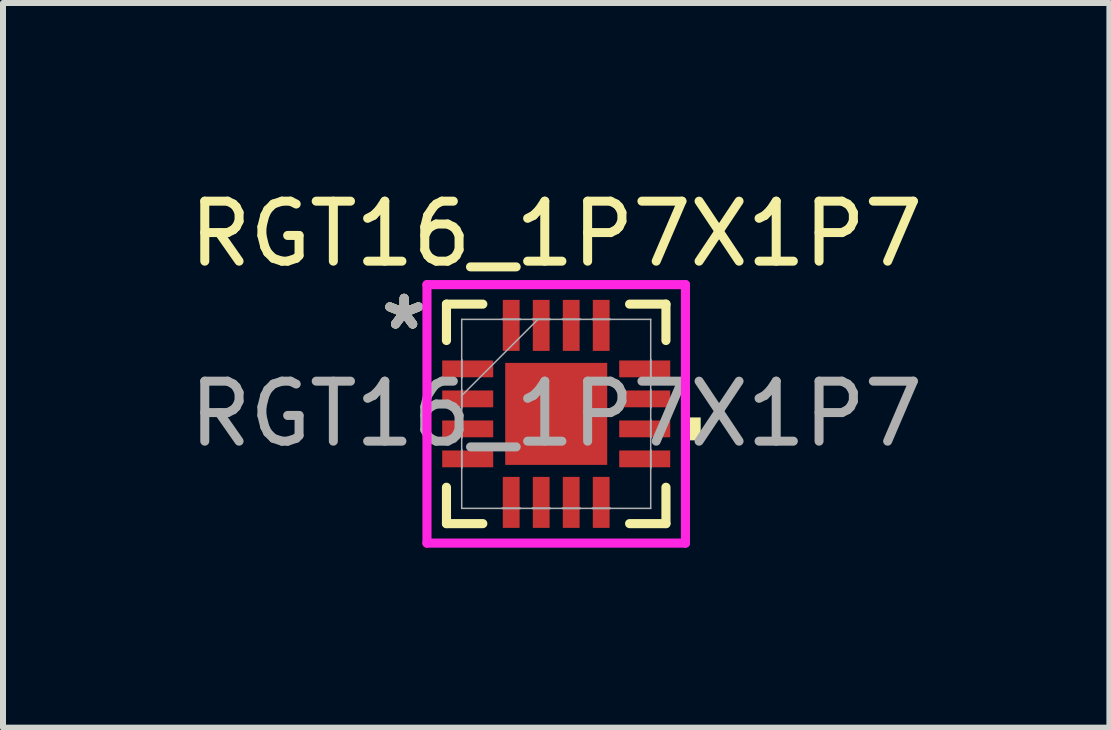
<source format=kicad_pcb>
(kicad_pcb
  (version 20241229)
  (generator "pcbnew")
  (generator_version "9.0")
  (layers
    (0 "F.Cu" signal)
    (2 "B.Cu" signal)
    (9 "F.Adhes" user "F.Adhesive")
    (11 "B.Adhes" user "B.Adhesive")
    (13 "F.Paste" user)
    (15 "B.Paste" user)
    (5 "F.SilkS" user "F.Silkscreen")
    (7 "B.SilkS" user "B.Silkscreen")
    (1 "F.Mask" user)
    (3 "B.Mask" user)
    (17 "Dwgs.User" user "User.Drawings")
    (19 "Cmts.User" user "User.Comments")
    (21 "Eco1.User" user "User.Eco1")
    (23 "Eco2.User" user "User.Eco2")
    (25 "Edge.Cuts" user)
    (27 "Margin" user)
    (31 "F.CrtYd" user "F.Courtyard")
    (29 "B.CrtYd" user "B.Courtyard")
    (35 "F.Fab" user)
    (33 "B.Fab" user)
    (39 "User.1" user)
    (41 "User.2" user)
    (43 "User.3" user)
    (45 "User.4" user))
  (footprint "RGT16_1P7X1P7"
    (layer "F.Cu")
    (at 6.22 3.848)
    (property "Reference" "RGT16_1P7X1P7" (at 0 -3 0) (unlocked yes) (layer "F.SilkS") (effects (font (size 1 1) (thickness 0.15))))
    (attr smd)
    (fp_poly (pts (xy -1.97 -0.96) (xy -1.97 -0.54) (xy -0.98 -0.54) (xy -0.98 -0.96)) (stroke (width 0) (type solid)) (fill yes) (layer "F.Mask"))
    (fp_poly (pts (xy -1.97 -0.46) (xy -1.97 -0.04) (xy -0.98 -0.04) (xy -0.98 -0.46)) (stroke (width 0) (type solid)) (fill yes) (layer "F.Mask"))
    (fp_poly (pts (xy -1.97 0.04) (xy -1.97 0.46) (xy -0.98 0.46) (xy -0.98 0.04)) (stroke (width 0) (type solid)) (fill yes) (layer "F.Mask"))
    (fp_poly (pts (xy -1.97 0.54) (xy -1.97 0.96) (xy -0.98 0.96) (xy -0.98 0.54)) (stroke (width 0) (type solid)) (fill yes) (layer "F.Mask"))
    (fp_poly (pts (xy -0.96 -1.97) (xy -0.96 -0.98) (xy -0.541 -0.98) (xy -0.541 -1.97)) (stroke (width 0) (type solid)) (fill yes) (layer "F.Mask"))
    (fp_poly (pts (xy -0.96 0.98) (xy -0.96 1.97) (xy -0.541 1.97) (xy -0.541 0.98)) (stroke (width 0) (type solid)) (fill yes) (layer "F.Mask"))
    (fp_poly (pts (xy -0.913 -0.913) (xy -0.594 -0.913) (xy -0.594 0.913) (xy -0.913 0.913)) (stroke (width 0) (type solid)) (fill yes) (layer "F.Mask"))
    (fp_poly (pts (xy -0.913 -0.913) (xy 0.913 -0.913) (xy 0.913 -0.594) (xy -0.913 -0.594)) (stroke (width 0) (type solid)) (fill yes) (layer "F.Mask"))
    (fp_poly (pts (xy -0.913 -0.194) (xy 0.913 -0.194) (xy 0.913 0.194) (xy -0.913 0.194)) (stroke (width 0) (type solid)) (fill yes) (layer "F.Mask"))
    (fp_poly (pts (xy -0.913 0.594) (xy 0.913 0.594) (xy 0.913 0.913) (xy -0.913 0.913)) (stroke (width 0) (type solid)) (fill yes) (layer "F.Mask"))
    (fp_poly (pts (xy -0.46 -1.97) (xy -0.46 -0.98) (xy -0.04 -0.98) (xy -0.04 -1.97)) (stroke (width 0) (type solid)) (fill yes) (layer "F.Mask"))
    (fp_poly (pts (xy -0.46 0.98) (xy -0.46 1.97) (xy -0.04 1.97) (xy -0.04 0.98)) (stroke (width 0) (type solid)) (fill yes) (layer "F.Mask"))
    (fp_poly (pts (xy 0.04 -1.97) (xy 0.04 -0.98) (xy 0.46 -0.98) (xy 0.46 -1.97)) (stroke (width 0) (type solid)) (fill yes) (layer "F.Mask"))
    (fp_poly (pts (xy 0.04 0.98) (xy 0.04 1.97) (xy 0.46 1.97) (xy 0.46 0.98)) (stroke (width 0) (type solid)) (fill yes) (layer "F.Mask"))
    (fp_poly (pts (xy 0.194 -0.913) (xy -0.194 -0.913) (xy -0.194 0.913) (xy 0.194 0.913)) (stroke (width 0) (type solid)) (fill yes) (layer "F.Mask"))
    (fp_poly (pts (xy 0.541 -1.97) (xy 0.541 -0.98) (xy 0.96 -0.98) (xy 0.96 -1.97)) (stroke (width 0) (type solid)) (fill yes) (layer "F.Mask"))
    (fp_poly (pts (xy 0.541 0.98) (xy 0.541 1.97) (xy 0.96 1.97) (xy 0.96 0.98)) (stroke (width 0) (type solid)) (fill yes) (layer "F.Mask"))
    (fp_poly (pts (xy 0.594 -0.913) (xy 0.913 -0.913) (xy 0.913 0.913) (xy 0.594 0.913)) (stroke (width 0) (type solid)) (fill yes) (layer "F.Mask"))
    (fp_poly (pts (xy 0.98 -0.96) (xy 0.98 -0.54) (xy 1.97 -0.54) (xy 1.97 -0.96)) (stroke (width 0) (type solid)) (fill yes) (layer "F.Mask"))
    (fp_poly (pts (xy 0.98 -0.46) (xy 0.98 -0.04) (xy 1.97 -0.04) (xy 1.97 -0.46)) (stroke (width 0) (type solid)) (fill yes) (layer "F.Mask"))
    (fp_poly (pts (xy 0.98 0.04) (xy 0.98 0.46) (xy 1.97 0.46) (xy 1.97 0.04)) (stroke (width 0) (type solid)) (fill yes) (layer "F.Mask"))
    (fp_poly (pts (xy 0.98 0.54) (xy 0.98 0.96) (xy 1.97 0.96) (xy 1.97 0.54)) (stroke (width 0) (type solid)) (fill yes) (layer "F.Mask"))
    (fp_line (start -1.829 -1.829) (end -1.829 -1.223) (stroke (width 0.152) (type solid)) (layer "F.SilkS"))
    (fp_line (start -1.829 1.223) (end -1.829 1.829) (stroke (width 0.152) (type solid)) (layer "F.SilkS"))
    (fp_line (start -1.829 1.829) (end -1.223 1.829) (stroke (width 0.152) (type solid)) (layer "F.SilkS"))
    (fp_line (start -1.223 -1.829) (end -1.829 -1.829) (stroke (width 0.152) (type solid)) (layer "F.SilkS"))
    (fp_line (start 1.223 1.829) (end 1.829 1.829) (stroke (width 0.152) (type solid)) (layer "F.SilkS"))
    (fp_line (start 1.829 -1.829) (end 1.223 -1.829) (stroke (width 0.152) (type solid)) (layer "F.SilkS"))
    (fp_line (start 1.829 -1.223) (end 1.829 -1.829) (stroke (width 0.152) (type solid)) (layer "F.SilkS"))
    (fp_line (start 1.829 1.829) (end 1.829 1.223) (stroke (width 0.152) (type solid)) (layer "F.SilkS"))
    (fp_poly (pts (xy 2.408 0.059) (xy 2.408 0.441) (xy 2.154 0.441) (xy 2.154 0.059)) (stroke (width 0) (type solid)) (fill yes) (layer "F.SilkS"))
    (fp_poly (pts (xy -1.875 -0.865) (xy -1.875 -0.635) (xy -1.075 -0.635) (xy -1.075 -0.865)) (stroke (width 0) (type solid)) (fill yes) (layer "F.Paste"))
    (fp_poly (pts (xy -1.875 -0.365) (xy -1.875 -0.135) (xy -1.075 -0.135) (xy -1.075 -0.365)) (stroke (width 0) (type solid)) (fill yes) (layer "F.Paste"))
    (fp_poly (pts (xy -1.875 0.135) (xy -1.875 0.365) (xy -1.075 0.365) (xy -1.075 0.135)) (stroke (width 0) (type solid)) (fill yes) (layer "F.Paste"))
    (fp_poly (pts (xy -1.875 0.635) (xy -1.875 0.865) (xy -1.075 0.865) (xy -1.075 0.635)) (stroke (width 0) (type solid)) (fill yes) (layer "F.Paste"))
    (fp_poly (pts (xy -0.865 -1.875) (xy -0.865 -1.075) (xy -0.635 -1.075) (xy -0.635 -1.875)) (stroke (width 0) (type solid)) (fill yes) (layer "F.Paste"))
    (fp_poly (pts (xy -0.865 1.075) (xy -0.865 1.875) (xy -0.635 1.875) (xy -0.635 1.075)) (stroke (width 0) (type solid)) (fill yes) (layer "F.Paste"))
    (fp_poly (pts (xy -0.365 -1.875) (xy -0.365 -1.075) (xy -0.135 -1.075) (xy -0.135 -1.875)) (stroke (width 0) (type solid)) (fill yes) (layer "F.Paste"))
    (fp_poly (pts (xy -0.365 1.075) (xy -0.365 1.875) (xy -0.135 1.875) (xy -0.135 1.075)) (stroke (width 0) (type solid)) (fill yes) (layer "F.Paste"))
    (fp_poly (pts (xy 0.135 -1.875) (xy 0.135 -1.075) (xy 0.365 -1.075) (xy 0.365 -1.875)) (stroke (width 0) (type solid)) (fill yes) (layer "F.Paste"))
    (fp_poly (pts (xy 0.135 1.075) (xy 0.135 1.875) (xy 0.365 1.875) (xy 0.365 1.075)) (stroke (width 0) (type solid)) (fill yes) (layer "F.Paste"))
    (fp_poly (pts (xy 0.635 -1.875) (xy 0.635 -1.075) (xy 0.865 -1.075) (xy 0.865 -1.875)) (stroke (width 0) (type solid)) (fill yes) (layer "F.Paste"))
    (fp_poly (pts (xy 0.635 1.075) (xy 0.635 1.875) (xy 0.865 1.875) (xy 0.865 1.075)) (stroke (width 0) (type solid)) (fill yes) (layer "F.Paste"))
    (fp_poly (pts (xy 1.075 -0.865) (xy 1.075 -0.635) (xy 1.875 -0.635) (xy 1.875 -0.865)) (stroke (width 0) (type solid)) (fill yes) (layer "F.Paste"))
    (fp_poly (pts (xy 1.075 -0.365) (xy 1.075 -0.135) (xy 1.875 -0.135) (xy 1.875 -0.365)) (stroke (width 0) (type solid)) (fill yes) (layer "F.Paste"))
    (fp_poly (pts (xy 1.075 0.135) (xy 1.075 0.365) (xy 1.875 0.365) (xy 1.875 0.135)) (stroke (width 0) (type solid)) (fill yes) (layer "F.Paste"))
    (fp_poly (pts (xy 1.075 0.635) (xy 1.075 0.865) (xy 1.875 0.865) (xy 1.875 0.635)) (stroke (width 0) (type solid)) (fill yes) (layer "F.Paste"))
    (fp_poly (pts (xy -0.775 -0.775) (xy -0.775 -0.494) (xy -0.635 -0.494) (xy -0.494 -0.635) (xy -0.494 -0.775)) (stroke (width 0) (type solid)) (fill yes) (layer "F.Paste"))
    (fp_poly (pts (xy -0.775 0.494) (xy -0.775 0.775) (xy -0.494 0.775) (xy -0.494 0.635) (xy -0.635 0.494)) (stroke (width 0) (type solid)) (fill yes) (layer "F.Paste"))
    (fp_poly (pts (xy 0.494 -0.775) (xy 0.494 -0.635) (xy 0.635 -0.494) (xy 0.775 -0.494) (xy 0.775 -0.775)) (stroke (width 0) (type solid)) (fill yes) (layer "F.Paste"))
    (fp_poly (pts (xy 0.635 0.494) (xy 0.494 0.635) (xy 0.494 0.775) (xy 0.775 0.775) (xy 0.775 0.494)) (stroke (width 0) (type solid)) (fill yes) (layer "F.Paste"))
    (fp_poly (pts (xy -0.775 -0.294) (xy -0.775 0.294) (xy -0.635 0.294) (xy -0.494 0.152) (xy -0.494 -0.152) (xy -0.635 -0.294)) (stroke (width 0) (type solid)) (fill yes) (layer "F.Paste"))
    (fp_poly (pts (xy -0.294 -0.775) (xy -0.294 -0.635) (xy -0.152 -0.494) (xy 0.152 -0.494) (xy 0.294 -0.635) (xy 0.294 -0.775)) (stroke (width 0) (type solid)) (fill yes) (layer "F.Paste"))
    (fp_poly (pts (xy -0.152 0.494) (xy -0.294 0.635) (xy -0.294 0.775) (xy 0.294 0.775) (xy 0.294 0.635) (xy 0.152 0.494)) (stroke (width 0) (type solid)) (fill yes) (layer "F.Paste"))
    (fp_poly (pts (xy 0.635 -0.294) (xy 0.494 -0.152) (xy 0.494 0.152) (xy 0.635 0.294) (xy 0.775 0.294) (xy 0.775 -0.294)) (stroke (width 0) (type solid)) (fill yes) (layer "F.Paste"))
    (fp_poly (pts (xy -0.152 -0.294) (xy -0.294 -0.152) (xy -0.294 0.152) (xy -0.152 0.294) (xy 0.152 0.294) (xy 0.294 0.152) (xy 0.294 -0.152) (xy 0.152 -0.294)) (stroke (width 0) (type solid)) (fill yes) (layer "F.Paste"))
    (fp_line (start -2.154 -2.154) (end 2.154 -2.154) (stroke (width 0.152) (type solid)) (layer "F.CrtYd"))
    (fp_line (start -2.154 2.154) (end -2.154 -2.154) (stroke (width 0.152) (type solid)) (layer "F.CrtYd"))
    (fp_line (start 2.154 -2.154) (end 2.154 2.154) (stroke (width 0.152) (type solid)) (layer "F.CrtYd"))
    (fp_line (start 2.154 2.154) (end -2.154 2.154) (stroke (width 0.152) (type solid)) (layer "F.CrtYd"))
    (fp_line (start -1.575 -1.575) (end -1.575 1.575) (stroke (width 0.025) (type solid)) (layer "F.Fab"))
    (fp_line (start -1.575 -0.9) (end -1.575 -0.9) (stroke (width 0.025) (type solid)) (layer "F.Fab"))
    (fp_line (start -1.575 -0.9) (end -1.575 -0.6) (stroke (width 0.025) (type solid)) (layer "F.Fab"))
    (fp_line (start -1.575 -0.6) (end -1.575 -0.9) (stroke (width 0.025) (type solid)) (layer "F.Fab"))
    (fp_line (start -1.575 -0.6) (end -1.575 -0.6) (stroke (width 0.025) (type solid)) (layer "F.Fab"))
    (fp_line (start -1.575 -0.4) (end -1.575 -0.4) (stroke (width 0.025) (type solid)) (layer "F.Fab"))
    (fp_line (start -1.575 -0.4) (end -1.575 -0.1) (stroke (width 0.025) (type solid)) (layer "F.Fab"))
    (fp_line (start -1.575 -0.305) (end -0.305 -1.575) (stroke (width 0.025) (type solid)) (layer "F.Fab"))
    (fp_line (start -1.575 -0.1) (end -1.575 -0.4) (stroke (width 0.025) (type solid)) (layer "F.Fab"))
    (fp_line (start -1.575 -0.1) (end -1.575 -0.1) (stroke (width 0.025) (type solid)) (layer "F.Fab"))
    (fp_line (start -1.575 0.1) (end -1.575 0.1) (stroke (width 0.025) (type solid)) (layer "F.Fab"))
    (fp_line (start -1.575 0.1) (end -1.575 0.4) (stroke (width 0.025) (type solid)) (layer "F.Fab"))
    (fp_line (start -1.575 0.4) (end -1.575 0.1) (stroke (width 0.025) (type solid)) (layer "F.Fab"))
    (fp_line (start -1.575 0.4) (end -1.575 0.4) (stroke (width 0.025) (type solid)) (layer "F.Fab"))
    (fp_line (start -1.575 0.6) (end -1.575 0.6) (stroke (width 0.025) (type solid)) (layer "F.Fab"))
    (fp_line (start -1.575 0.6) (end -1.575 0.9) (stroke (width 0.025) (type solid)) (layer "F.Fab"))
    (fp_line (start -1.575 0.9) (end -1.575 0.6) (stroke (width 0.025) (type solid)) (layer "F.Fab"))
    (fp_line (start -1.575 0.9) (end -1.575 0.9) (stroke (width 0.025) (type solid)) (layer "F.Fab"))
    (fp_line (start -1.575 1.575) (end 1.575 1.575) (stroke (width 0.025) (type solid)) (layer "F.Fab"))
    (fp_line (start -0.9 -1.575) (end -0.9 -1.575) (stroke (width 0.025) (type solid)) (layer "F.Fab"))
    (fp_line (start -0.9 -1.575) (end -0.6 -1.575) (stroke (width 0.025) (type solid)) (layer "F.Fab"))
    (fp_line (start -0.9 1.575) (end -0.9 1.575) (stroke (width 0.025) (type solid)) (layer "F.Fab"))
    (fp_line (start -0.9 1.575) (end -0.6 1.575) (stroke (width 0.025) (type solid)) (layer "F.Fab"))
    (fp_line (start -0.6 -1.575) (end -0.9 -1.575) (stroke (width 0.025) (type solid)) (layer "F.Fab"))
    (fp_line (start -0.6 -1.575) (end -0.6 -1.575) (stroke (width 0.025) (type solid)) (layer "F.Fab"))
    (fp_line (start -0.6 1.575) (end -0.9 1.575) (stroke (width 0.025) (type solid)) (layer "F.Fab"))
    (fp_line (start -0.6 1.575) (end -0.6 1.575) (stroke (width 0.025) (type solid)) (layer "F.Fab"))
    (fp_line (start -0.4 -1.575) (end -0.4 -1.575) (stroke (width 0.025) (type solid)) (layer "F.Fab"))
    (fp_line (start -0.4 -1.575) (end -0.1 -1.575) (stroke (width 0.025) (type solid)) (layer "F.Fab"))
    (fp_line (start -0.4 1.575) (end -0.4 1.575) (stroke (width 0.025) (type solid)) (layer "F.Fab"))
    (fp_line (start -0.4 1.575) (end -0.1 1.575) (stroke (width 0.025) (type solid)) (layer "F.Fab"))
    (fp_line (start -0.1 -1.575) (end -0.4 -1.575) (stroke (width 0.025) (type solid)) (layer "F.Fab"))
    (fp_line (start -0.1 -1.575) (end -0.1 -1.575) (stroke (width 0.025) (type solid)) (layer "F.Fab"))
    (fp_line (start -0.1 1.575) (end -0.4 1.575) (stroke (width 0.025) (type solid)) (layer "F.Fab"))
    (fp_line (start -0.1 1.575) (end -0.1 1.575) (stroke (width 0.025) (type solid)) (layer "F.Fab"))
    (fp_line (start 0.1 -1.575) (end 0.1 -1.575) (stroke (width 0.025) (type solid)) (layer "F.Fab"))
    (fp_line (start 0.1 -1.575) (end 0.4 -1.575) (stroke (width 0.025) (type solid)) (layer "F.Fab"))
    (fp_line (start 0.1 1.575) (end 0.1 1.575) (stroke (width 0.025) (type solid)) (layer "F.Fab"))
    (fp_line (start 0.1 1.575) (end 0.4 1.575) (stroke (width 0.025) (type solid)) (layer "F.Fab"))
    (fp_line (start 0.4 -1.575) (end 0.1 -1.575) (stroke (width 0.025) (type solid)) (layer "F.Fab"))
    (fp_line (start 0.4 -1.575) (end 0.4 -1.575) (stroke (width 0.025) (type solid)) (layer "F.Fab"))
    (fp_line (start 0.4 1.575) (end 0.1 1.575) (stroke (width 0.025) (type solid)) (layer "F.Fab"))
    (fp_line (start 0.4 1.575) (end 0.4 1.575) (stroke (width 0.025) (type solid)) (layer "F.Fab"))
    (fp_line (start 0.6 -1.575) (end 0.6 -1.575) (stroke (width 0.025) (type solid)) (layer "F.Fab"))
    (fp_line (start 0.6 -1.575) (end 0.9 -1.575) (stroke (width 0.025) (type solid)) (layer "F.Fab"))
    (fp_line (start 0.6 1.575) (end 0.6 1.575) (stroke (width 0.025) (type solid)) (layer "F.Fab"))
    (fp_line (start 0.6 1.575) (end 0.9 1.575) (stroke (width 0.025) (type solid)) (layer "F.Fab"))
    (fp_line (start 0.9 -1.575) (end 0.6 -1.575) (stroke (width 0.025) (type solid)) (layer "F.Fab"))
    (fp_line (start 0.9 -1.575) (end 0.9 -1.575) (stroke (width 0.025) (type solid)) (layer "F.Fab"))
    (fp_line (start 0.9 1.575) (end 0.6 1.575) (stroke (width 0.025) (type solid)) (layer "F.Fab"))
    (fp_line (start 0.9 1.575) (end 0.9 1.575) (stroke (width 0.025) (type solid)) (layer "F.Fab"))
    (fp_line (start 1.575 -1.575) (end -1.575 -1.575) (stroke (width 0.025) (type solid)) (layer "F.Fab"))
    (fp_line (start 1.575 -0.9) (end 1.575 -0.9) (stroke (width 0.025) (type solid)) (layer "F.Fab"))
    (fp_line (start 1.575 -0.9) (end 1.575 -0.6) (stroke (width 0.025) (type solid)) (layer "F.Fab"))
    (fp_line (start 1.575 -0.6) (end 1.575 -0.9) (stroke (width 0.025) (type solid)) (layer "F.Fab"))
    (fp_line (start 1.575 -0.6) (end 1.575 -0.6) (stroke (width 0.025) (type solid)) (layer "F.Fab"))
    (fp_line (start 1.575 -0.4) (end 1.575 -0.4) (stroke (width 0.025) (type solid)) (layer "F.Fab"))
    (fp_line (start 1.575 -0.4) (end 1.575 -0.1) (stroke (width 0.025) (type solid)) (layer "F.Fab"))
    (fp_line (start 1.575 -0.1) (end 1.575 -0.4) (stroke (width 0.025) (type solid)) (layer "F.Fab"))
    (fp_line (start 1.575 -0.1) (end 1.575 -0.1) (stroke (width 0.025) (type solid)) (layer "F.Fab"))
    (fp_line (start 1.575 0.1) (end 1.575 0.1) (stroke (width 0.025) (type solid)) (layer "F.Fab"))
    (fp_line (start 1.575 0.1) (end 1.575 0.4) (stroke (width 0.025) (type solid)) (layer "F.Fab"))
    (fp_line (start 1.575 0.4) (end 1.575 0.1) (stroke (width 0.025) (type solid)) (layer "F.Fab"))
    (fp_line (start 1.575 0.4) (end 1.575 0.4) (stroke (width 0.025) (type solid)) (layer "F.Fab"))
    (fp_line (start 1.575 0.6) (end 1.575 0.6) (stroke (width 0.025) (type solid)) (layer "F.Fab"))
    (fp_line (start 1.575 0.6) (end 1.575 0.9) (stroke (width 0.025) (type solid)) (layer "F.Fab"))
    (fp_line (start 1.575 0.9) (end 1.575 0.6) (stroke (width 0.025) (type solid)) (layer "F.Fab"))
    (fp_line (start 1.575 0.9) (end 1.575 0.9) (stroke (width 0.025) (type solid)) (layer "F.Fab"))
    (fp_line (start 1.575 1.575) (end 1.575 -1.575) (stroke (width 0.025) (type solid)) (layer "F.Fab"))
    (fp_text user "*" (at -2.535 -1.381 0) (unlocked yes) (layer "F.SilkS") (effects (font (size 1 1) (thickness 0.15))))
    (fp_text user "*" (at -2.535 -1.381 0) (layer "F.SilkS") (effects (font (size 1 1) (thickness 0.15))))
    (fp_text user "*" (at -2.535 -1.381 0) (layer "F.Fab") (effects (font (size 1 1) (thickness 0.15))))
    (fp_text user "*" (at -2.535 -1.381 0) (unlocked yes) (layer "F.Fab") (effects (font (size 1 1) (thickness 0.15))))
    (fp_text user "${REFERENCE}" (at 0 0 0) (unlocked yes) (layer "F.Fab") (effects (font (size 1 1) (thickness 0.15))))
    (pad "1" smd rect (at -1.475 -0.75 90) (size 0.28 0.85) (layers "F.Cu" "F.Mask"))
    (pad "2" smd rect (at -1.475 -0.25 90) (size 0.28 0.85) (layers "F.Cu" "F.Mask"))
    (pad "3" smd rect (at -1.475 0.25 90) (size 0.28 0.85) (layers "F.Cu" "F.Mask"))
    (pad "4" smd rect (at -1.475 0.75 90) (size 0.28 0.85) (layers "F.Cu" "F.Mask"))
    (pad "5" smd rect (at -0.75 1.475) (size 0.28 0.85) (layers "F.Cu" "F.Mask"))
    (pad "6" smd rect (at -0.25 1.475) (size 0.28 0.85) (layers "F.Cu" "F.Mask"))
    (pad "7" smd rect (at 0.25 1.475) (size 0.28 0.85) (layers "F.Cu" "F.Mask"))
    (pad "8" smd rect (at 0.75 1.475) (size 0.28 0.85) (layers "F.Cu" "F.Mask"))
    (pad "9" smd rect (at 1.475 0.75 90) (size 0.28 0.85) (layers "F.Cu" "F.Mask"))
    (pad "10" smd rect (at 1.475 0.25 90) (size 0.28 0.85) (layers "F.Cu" "F.Mask"))
    (pad "11" smd rect (at 1.475 -0.25 90) (size 0.28 0.85) (layers "F.Cu" "F.Mask"))
    (pad "12" smd rect (at 1.475 -0.75 90) (size 0.28 0.85) (layers "F.Cu" "F.Mask"))
    (pad "13" smd rect (at 0.75 -1.475) (size 0.28 0.85) (layers "F.Cu" "F.Mask"))
    (pad "14" smd rect (at 0.25 -1.475) (size 0.28 0.85) (layers "F.Cu" "F.Mask"))
    (pad "15" smd rect (at -0.25 -1.475) (size 0.28 0.85) (layers "F.Cu" "F.Mask"))
    (pad "16" smd rect (at -0.75 -1.475) (size 0.28 0.85) (layers "F.Cu" "F.Mask"))
    (pad "17" smd rect (at 0 0) (size 1.7 1.7) (layers "F.Cu")))
  (gr_rect
    (start -3 -3)
    (end 15.44 9.078)
    (stroke (width 0.1) (type default))
    (fill no)
    (layer "Edge.Cuts")))
</source>
